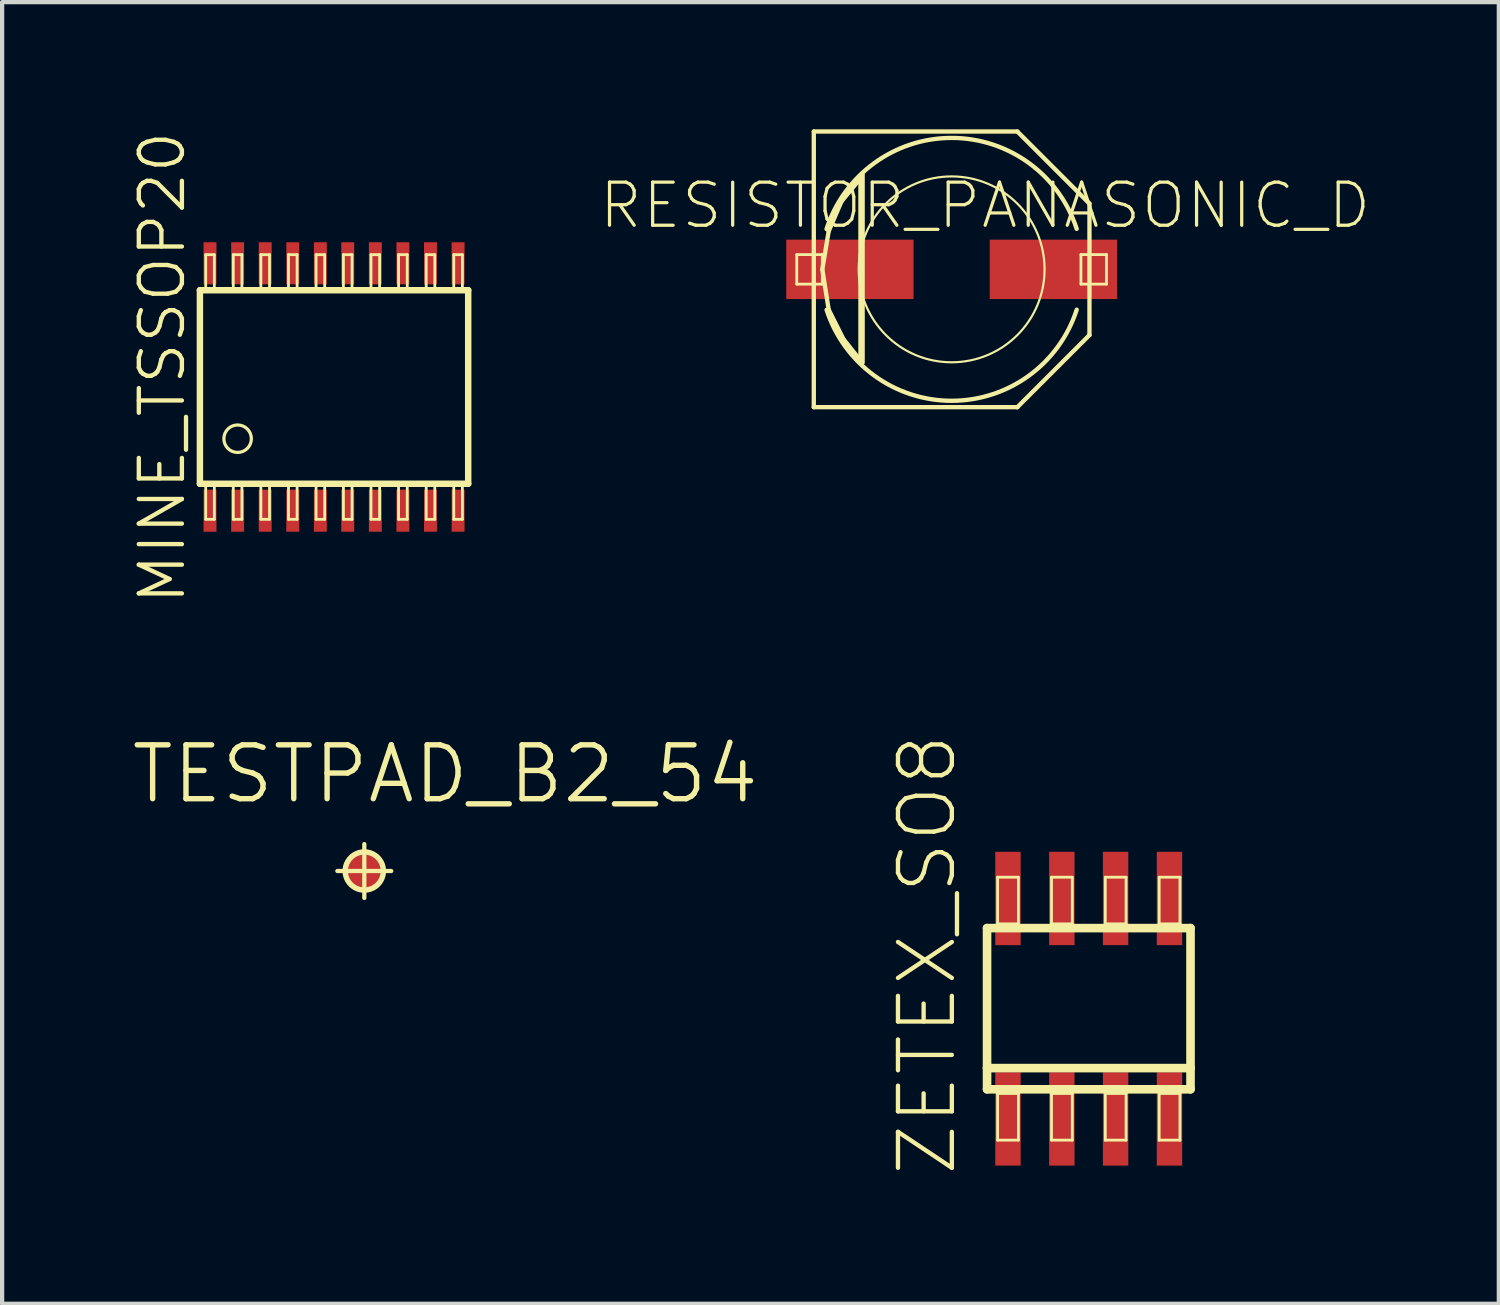
<source format=kicad_pcb>
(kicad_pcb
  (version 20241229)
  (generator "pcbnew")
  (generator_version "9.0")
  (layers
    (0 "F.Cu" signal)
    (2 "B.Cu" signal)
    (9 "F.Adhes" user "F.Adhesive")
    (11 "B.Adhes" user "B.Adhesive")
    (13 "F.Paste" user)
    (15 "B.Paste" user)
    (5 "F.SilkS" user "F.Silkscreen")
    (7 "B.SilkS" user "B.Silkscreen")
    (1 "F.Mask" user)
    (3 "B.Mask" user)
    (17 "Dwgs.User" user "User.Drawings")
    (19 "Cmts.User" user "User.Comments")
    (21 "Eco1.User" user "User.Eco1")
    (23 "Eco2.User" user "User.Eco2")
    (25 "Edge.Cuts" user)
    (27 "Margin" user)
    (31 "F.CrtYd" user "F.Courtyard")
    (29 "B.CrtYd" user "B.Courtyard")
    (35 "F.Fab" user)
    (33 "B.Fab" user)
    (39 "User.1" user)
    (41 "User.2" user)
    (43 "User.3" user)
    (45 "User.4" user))
  (footprint "RESISTOR_PANASONIC_D"
    (layer "F.Cu")
    (at 19.381 3.299)
    (property "Reference" "RESISTOR_PANASONIC_D" (at 0.79 -1.506 0) (layer "F.SilkS") (effects (font (size 1.016 1.016) (thickness 0.076))))
    (attr smd)
    (fp_line (start -3.65 -0.348) (end -3.048 -0.348) (stroke (width 0.066) (type solid)) (layer "F.SilkS"))
    (fp_line (start -3.65 0.348) (end -3.65 -0.348) (stroke (width 0.066) (type solid)) (layer "F.SilkS"))
    (fp_line (start -3.65 0.348) (end -3.048 0.348) (stroke (width 0.066) (type solid)) (layer "F.SilkS"))
    (fp_line (start -3.249 -3.249) (end 1.549 -3.249) (stroke (width 0.102) (type solid)) (layer "F.SilkS"))
    (fp_line (start -3.249 3.249) (end -3.249 -3.249) (stroke (width 0.102) (type solid)) (layer "F.SilkS"))
    (fp_line (start -3.048 0) (end -2.898 0.95) (stroke (width 0.102) (type solid)) (layer "F.SilkS"))
    (fp_line (start -3.048 0.348) (end -3.048 -0.348) (stroke (width 0.066) (type solid)) (layer "F.SilkS"))
    (fp_line (start -2.898 -0.899) (end -3.048 0) (stroke (width 0.102) (type solid)) (layer "F.SilkS"))
    (fp_line (start -2.898 0.95) (end -2.548 1.648) (stroke (width 0.102) (type solid)) (layer "F.SilkS"))
    (fp_line (start -2.598 -1.598) (end -2.898 -0.899) (stroke (width 0.102) (type solid)) (layer "F.SilkS"))
    (fp_line (start -2.548 1.648) (end -2.149 2.149) (stroke (width 0.102) (type solid)) (layer "F.SilkS"))
    (fp_line (start -2.149 -2.149) (end -2.598 -1.598) (stroke (width 0.102) (type solid)) (layer "F.SilkS"))
    (fp_line (start -2.149 -2.098) (end -2.149 -2.149) (stroke (width 0.102) (type solid)) (layer "F.SilkS"))
    (fp_line (start -2.149 2.149) (end -2.149 -2.098) (stroke (width 0.102) (type solid)) (layer "F.SilkS"))
    (fp_line (start -2.098 -2.248) (end -2.098 2.2) (stroke (width 0.102) (type solid)) (layer "F.SilkS"))
    (fp_line (start 1.549 -3.249) (end 3.249 -1.549) (stroke (width 0.102) (type solid)) (layer "F.SilkS"))
    (fp_line (start 1.549 3.249) (end -3.249 3.249) (stroke (width 0.102) (type solid)) (layer "F.SilkS"))
    (fp_line (start 3.048 -0.348) (end 3.65 -0.348) (stroke (width 0.066) (type solid)) (layer "F.SilkS"))
    (fp_line (start 3.048 0.348) (end 3.048 -0.348) (stroke (width 0.066) (type solid)) (layer "F.SilkS"))
    (fp_line (start 3.048 0.348) (end 3.65 0.348) (stroke (width 0.066) (type solid)) (layer "F.SilkS"))
    (fp_line (start 3.249 -1.549) (end 3.249 1.549) (stroke (width 0.102) (type solid)) (layer "F.SilkS"))
    (fp_line (start 3.249 1.549) (end 1.549 3.249) (stroke (width 0.102) (type solid)) (layer "F.SilkS"))
    (fp_line (start 3.65 0.348) (end 3.65 -0.348) (stroke (width 0.066) (type solid)) (layer "F.SilkS"))
    (fp_arc (start -2.94894 -0.94996) (mid -0.0024 -3.098171) (end 2.947465 -0.954527) (stroke (width 0.1016) (type solid)) (layer "F.SilkS"))
    (fp_arc (start 2.94894 0.94996) (mid 0.0024 3.098171) (end -2.947465 0.954527) (stroke (width 0.1016) (type solid)) (layer "F.SilkS"))
    (fp_circle (center 0 0) (end -1.549 1.549) (stroke (width 0.051) (type solid)) (fill no) (layer "F.SilkS"))
    (pad "+" smd rect (at 2.398 0) (size 3 1.4) (layers "F.Cu" "F.Mask" "F.Paste"))
    (pad "-" smd rect (at -2.398 0) (size 3 1.4) (layers "F.Cu" "F.Mask" "F.Paste")))
  (footprint "MINE_TSSOP20"
    (layer "F.Cu")
    (at 4.824 6.072)
    (property "Reference" "MINE_TSSOP20" (at -4.051 -0.457 90) (layer "F.SilkS") (effects (font (size 1.016 1.016) (thickness 0.102))))
    (attr smd)
    (fp_line (start -3.162 2.281) (end -3.162 -2.281) (stroke (width 0.152) (type solid)) (layer "F.SilkS"))
    (fp_line (start -3.162 2.281) (end 3.162 2.281) (stroke (width 0.152) (type solid)) (layer "F.SilkS"))
    (fp_line (start -3.025 -3.119) (end -2.822 -3.119) (stroke (width 0.066) (type solid)) (layer "F.SilkS"))
    (fp_line (start -3.025 -2.281) (end -3.025 -3.119) (stroke (width 0.066) (type solid)) (layer "F.SilkS"))
    (fp_line (start -3.025 -2.281) (end -2.822 -2.281) (stroke (width 0.066) (type solid)) (layer "F.SilkS"))
    (fp_line (start -3.025 2.281) (end -2.822 2.281) (stroke (width 0.066) (type solid)) (layer "F.SilkS"))
    (fp_line (start -3.025 3.119) (end -3.025 2.281) (stroke (width 0.066) (type solid)) (layer "F.SilkS"))
    (fp_line (start -3.025 3.119) (end -2.822 3.119) (stroke (width 0.066) (type solid)) (layer "F.SilkS"))
    (fp_line (start -2.822 -2.281) (end -2.822 -3.119) (stroke (width 0.066) (type solid)) (layer "F.SilkS"))
    (fp_line (start -2.822 3.119) (end -2.822 2.281) (stroke (width 0.066) (type solid)) (layer "F.SilkS"))
    (fp_line (start -2.375 -3.119) (end -2.172 -3.119) (stroke (width 0.066) (type solid)) (layer "F.SilkS"))
    (fp_line (start -2.375 -2.281) (end -2.375 -3.119) (stroke (width 0.066) (type solid)) (layer "F.SilkS"))
    (fp_line (start -2.375 -2.281) (end -2.172 -2.281) (stroke (width 0.066) (type solid)) (layer "F.SilkS"))
    (fp_line (start -2.375 2.281) (end -2.172 2.281) (stroke (width 0.066) (type solid)) (layer "F.SilkS"))
    (fp_line (start -2.375 3.119) (end -2.375 2.281) (stroke (width 0.066) (type solid)) (layer "F.SilkS"))
    (fp_line (start -2.375 3.119) (end -2.172 3.119) (stroke (width 0.066) (type solid)) (layer "F.SilkS"))
    (fp_line (start -2.172 -2.281) (end -2.172 -3.119) (stroke (width 0.066) (type solid)) (layer "F.SilkS"))
    (fp_line (start -2.172 3.119) (end -2.172 2.281) (stroke (width 0.066) (type solid)) (layer "F.SilkS"))
    (fp_line (start -1.725 -3.119) (end -1.521 -3.119) (stroke (width 0.066) (type solid)) (layer "F.SilkS"))
    (fp_line (start -1.725 -2.281) (end -1.725 -3.119) (stroke (width 0.066) (type solid)) (layer "F.SilkS"))
    (fp_line (start -1.725 -2.281) (end -1.521 -2.281) (stroke (width 0.066) (type solid)) (layer "F.SilkS"))
    (fp_line (start -1.725 2.281) (end -1.521 2.281) (stroke (width 0.066) (type solid)) (layer "F.SilkS"))
    (fp_line (start -1.725 3.119) (end -1.725 2.281) (stroke (width 0.066) (type solid)) (layer "F.SilkS"))
    (fp_line (start -1.725 3.119) (end -1.521 3.119) (stroke (width 0.066) (type solid)) (layer "F.SilkS"))
    (fp_line (start -1.521 -2.281) (end -1.521 -3.119) (stroke (width 0.066) (type solid)) (layer "F.SilkS"))
    (fp_line (start -1.521 3.119) (end -1.521 2.281) (stroke (width 0.066) (type solid)) (layer "F.SilkS"))
    (fp_line (start -1.074 -3.119) (end -0.871 -3.119) (stroke (width 0.066) (type solid)) (layer "F.SilkS"))
    (fp_line (start -1.074 -2.281) (end -1.074 -3.119) (stroke (width 0.066) (type solid)) (layer "F.SilkS"))
    (fp_line (start -1.074 -2.281) (end -0.871 -2.281) (stroke (width 0.066) (type solid)) (layer "F.SilkS"))
    (fp_line (start -1.074 2.281) (end -0.871 2.281) (stroke (width 0.066) (type solid)) (layer "F.SilkS"))
    (fp_line (start -1.074 3.119) (end -1.074 2.281) (stroke (width 0.066) (type solid)) (layer "F.SilkS"))
    (fp_line (start -1.074 3.119) (end -0.871 3.119) (stroke (width 0.066) (type solid)) (layer "F.SilkS"))
    (fp_line (start -0.871 -2.281) (end -0.871 -3.119) (stroke (width 0.066) (type solid)) (layer "F.SilkS"))
    (fp_line (start -0.871 3.119) (end -0.871 2.281) (stroke (width 0.066) (type solid)) (layer "F.SilkS"))
    (fp_line (start -0.424 -3.119) (end -0.221 -3.119) (stroke (width 0.066) (type solid)) (layer "F.SilkS"))
    (fp_line (start -0.424 -2.281) (end -0.424 -3.119) (stroke (width 0.066) (type solid)) (layer "F.SilkS"))
    (fp_line (start -0.424 -2.281) (end -0.221 -2.281) (stroke (width 0.066) (type solid)) (layer "F.SilkS"))
    (fp_line (start -0.424 2.281) (end -0.221 2.281) (stroke (width 0.066) (type solid)) (layer "F.SilkS"))
    (fp_line (start -0.424 3.119) (end -0.424 2.281) (stroke (width 0.066) (type solid)) (layer "F.SilkS"))
    (fp_line (start -0.424 3.119) (end -0.221 3.119) (stroke (width 0.066) (type solid)) (layer "F.SilkS"))
    (fp_line (start -0.221 -2.281) (end -0.221 -3.119) (stroke (width 0.066) (type solid)) (layer "F.SilkS"))
    (fp_line (start -0.221 3.119) (end -0.221 2.281) (stroke (width 0.066) (type solid)) (layer "F.SilkS"))
    (fp_line (start 0.221 -3.119) (end 0.424 -3.119) (stroke (width 0.066) (type solid)) (layer "F.SilkS"))
    (fp_line (start 0.221 -2.281) (end 0.221 -3.119) (stroke (width 0.066) (type solid)) (layer "F.SilkS"))
    (fp_line (start 0.221 -2.281) (end 0.424 -2.281) (stroke (width 0.066) (type solid)) (layer "F.SilkS"))
    (fp_line (start 0.221 2.281) (end 0.424 2.281) (stroke (width 0.066) (type solid)) (layer "F.SilkS"))
    (fp_line (start 0.221 3.119) (end 0.221 2.281) (stroke (width 0.066) (type solid)) (layer "F.SilkS"))
    (fp_line (start 0.221 3.119) (end 0.424 3.119) (stroke (width 0.066) (type solid)) (layer "F.SilkS"))
    (fp_line (start 0.424 -2.281) (end 0.424 -3.119) (stroke (width 0.066) (type solid)) (layer "F.SilkS"))
    (fp_line (start 0.424 3.119) (end 0.424 2.281) (stroke (width 0.066) (type solid)) (layer "F.SilkS"))
    (fp_line (start 0.871 -3.119) (end 1.074 -3.119) (stroke (width 0.066) (type solid)) (layer "F.SilkS"))
    (fp_line (start 0.871 -2.281) (end 0.871 -3.119) (stroke (width 0.066) (type solid)) (layer "F.SilkS"))
    (fp_line (start 0.871 -2.281) (end 1.074 -2.281) (stroke (width 0.066) (type solid)) (layer "F.SilkS"))
    (fp_line (start 0.871 2.281) (end 1.074 2.281) (stroke (width 0.066) (type solid)) (layer "F.SilkS"))
    (fp_line (start 0.871 3.119) (end 0.871 2.281) (stroke (width 0.066) (type solid)) (layer "F.SilkS"))
    (fp_line (start 0.871 3.119) (end 1.074 3.119) (stroke (width 0.066) (type solid)) (layer "F.SilkS"))
    (fp_line (start 1.074 -2.281) (end 1.074 -3.119) (stroke (width 0.066) (type solid)) (layer "F.SilkS"))
    (fp_line (start 1.074 3.119) (end 1.074 2.281) (stroke (width 0.066) (type solid)) (layer "F.SilkS"))
    (fp_line (start 1.521 -3.119) (end 1.725 -3.119) (stroke (width 0.066) (type solid)) (layer "F.SilkS"))
    (fp_line (start 1.521 -2.281) (end 1.521 -3.119) (stroke (width 0.066) (type solid)) (layer "F.SilkS"))
    (fp_line (start 1.521 -2.281) (end 1.725 -2.281) (stroke (width 0.066) (type solid)) (layer "F.SilkS"))
    (fp_line (start 1.521 2.281) (end 1.725 2.281) (stroke (width 0.066) (type solid)) (layer "F.SilkS"))
    (fp_line (start 1.521 3.119) (end 1.521 2.281) (stroke (width 0.066) (type solid)) (layer "F.SilkS"))
    (fp_line (start 1.521 3.119) (end 1.725 3.119) (stroke (width 0.066) (type solid)) (layer "F.SilkS"))
    (fp_line (start 1.725 -2.281) (end 1.725 -3.119) (stroke (width 0.066) (type solid)) (layer "F.SilkS"))
    (fp_line (start 1.725 3.119) (end 1.725 2.281) (stroke (width 0.066) (type solid)) (layer "F.SilkS"))
    (fp_line (start 2.172 -3.119) (end 2.375 -3.119) (stroke (width 0.066) (type solid)) (layer "F.SilkS"))
    (fp_line (start 2.172 -2.281) (end 2.172 -3.119) (stroke (width 0.066) (type solid)) (layer "F.SilkS"))
    (fp_line (start 2.172 -2.281) (end 2.375 -2.281) (stroke (width 0.066) (type solid)) (layer "F.SilkS"))
    (fp_line (start 2.172 2.281) (end 2.375 2.281) (stroke (width 0.066) (type solid)) (layer "F.SilkS"))
    (fp_line (start 2.172 3.119) (end 2.172 2.281) (stroke (width 0.066) (type solid)) (layer "F.SilkS"))
    (fp_line (start 2.172 3.119) (end 2.375 3.119) (stroke (width 0.066) (type solid)) (layer "F.SilkS"))
    (fp_line (start 2.375 -2.281) (end 2.375 -3.119) (stroke (width 0.066) (type solid)) (layer "F.SilkS"))
    (fp_line (start 2.375 3.119) (end 2.375 2.281) (stroke (width 0.066) (type solid)) (layer "F.SilkS"))
    (fp_line (start 2.822 -3.119) (end 3.025 -3.119) (stroke (width 0.066) (type solid)) (layer "F.SilkS"))
    (fp_line (start 2.822 -2.281) (end 2.822 -3.119) (stroke (width 0.066) (type solid)) (layer "F.SilkS"))
    (fp_line (start 2.822 -2.281) (end 3.025 -2.281) (stroke (width 0.066) (type solid)) (layer "F.SilkS"))
    (fp_line (start 2.822 2.281) (end 3.025 2.281) (stroke (width 0.066) (type solid)) (layer "F.SilkS"))
    (fp_line (start 2.822 3.119) (end 2.822 2.281) (stroke (width 0.066) (type solid)) (layer "F.SilkS"))
    (fp_line (start 2.822 3.119) (end 3.025 3.119) (stroke (width 0.066) (type solid)) (layer "F.SilkS"))
    (fp_line (start 3.025 -2.281) (end 3.025 -3.119) (stroke (width 0.066) (type solid)) (layer "F.SilkS"))
    (fp_line (start 3.025 3.119) (end 3.025 2.281) (stroke (width 0.066) (type solid)) (layer "F.SilkS"))
    (fp_line (start 3.162 -2.281) (end -3.162 -2.281) (stroke (width 0.152) (type solid)) (layer "F.SilkS"))
    (fp_line (start 3.162 -2.281) (end 3.162 2.281) (stroke (width 0.152) (type solid)) (layer "F.SilkS"))
    (fp_circle (center -2.273 1.219) (end -2.502 1.448) (stroke (width 0.076) (type solid)) (fill no) (layer "F.SilkS"))
    (pad "1" smd rect (at -2.924 2.916) (size 0.305 0.991) (layers "F.Cu" "F.Mask" "F.Paste"))
    (pad "2" smd rect (at -2.273 2.916) (size 0.305 0.991) (layers "F.Cu" "F.Mask" "F.Paste"))
    (pad "3" smd rect (at -1.623 2.916) (size 0.305 0.991) (layers "F.Cu" "F.Mask" "F.Paste"))
    (pad "4" smd rect (at -0.973 2.916) (size 0.305 0.991) (layers "F.Cu" "F.Mask" "F.Paste"))
    (pad "5" smd rect (at -0.323 2.916) (size 0.305 0.991) (layers "F.Cu" "F.Mask" "F.Paste"))
    (pad "6" smd rect (at 0.323 2.916) (size 0.305 0.991) (layers "F.Cu" "F.Mask" "F.Paste"))
    (pad "7" smd rect (at 0.973 2.916) (size 0.305 0.991) (layers "F.Cu" "F.Mask" "F.Paste"))
    (pad "8" smd rect (at 1.623 2.916) (size 0.305 0.991) (layers "F.Cu" "F.Mask" "F.Paste"))
    (pad "9" smd rect (at 2.273 2.916) (size 0.305 0.991) (layers "F.Cu" "F.Mask" "F.Paste"))
    (pad "10" smd rect (at 2.924 2.916) (size 0.305 0.991) (layers "F.Cu" "F.Mask" "F.Paste"))
    (pad "11" smd rect (at 2.924 -2.916) (size 0.305 0.991) (layers "F.Cu" "F.Mask" "F.Paste"))
    (pad "12" smd rect (at 2.273 -2.916) (size 0.305 0.991) (layers "F.Cu" "F.Mask" "F.Paste"))
    (pad "13" smd rect (at 1.623 -2.916) (size 0.305 0.991) (layers "F.Cu" "F.Mask" "F.Paste"))
    (pad "14" smd rect (at 0.973 -2.916) (size 0.305 0.991) (layers "F.Cu" "F.Mask" "F.Paste"))
    (pad "15" smd rect (at 0.323 -2.916) (size 0.305 0.991) (layers "F.Cu" "F.Mask" "F.Paste"))
    (pad "16" smd rect (at -0.323 -2.916) (size 0.305 0.991) (layers "F.Cu" "F.Mask" "F.Paste"))
    (pad "17" smd rect (at -0.973 -2.916) (size 0.305 0.991) (layers "F.Cu" "F.Mask" "F.Paste"))
    (pad "18" smd rect (at -1.623 -2.916) (size 0.305 0.991) (layers "F.Cu" "F.Mask" "F.Paste"))
    (pad "19" smd rect (at -2.273 -2.916) (size 0.305 0.991) (layers "F.Cu" "F.Mask" "F.Paste"))
    (pad "20" smd rect (at -2.924 -2.916) (size 0.305 0.991) (layers "F.Cu" "F.Mask" "F.Paste")))
  (footprint "TESTPAD_B2_54"
    (layer "F.Cu")
    (at 5.537 17.481)
    (property "Reference" "TESTPAD_B2_54" (at 1.905 -2.286 0) (layer "F.SilkS") (effects (font (size 1.27 1.27) (thickness 0.127))))
    (attr smd)
    (fp_line (start -0.635 0) (end 0.635 0) (stroke (width 0.1) (type solid)) (layer "F.SilkS"))
    (fp_line (start 0 0.635) (end 0 -0.635) (stroke (width 0.1) (type solid)) (layer "F.SilkS"))
    (fp_circle (center 0 0) (end -0.318 0.318) (stroke (width 0.127) (type solid)) (fill no) (layer "F.SilkS"))
    (pad "TP" smd circle (at 0 0) (size 1 1) (layers "F.Cu" "F.Mask" "F.Paste")))
  (footprint "ZETEX_SO8"
    (layer "F.Cu")
    (at 22.614 20.726)
    (property "Reference" "ZETEX_SO8" (at -3.81 -1.27 90) (layer "F.SilkS") (effects (font (size 1.27 1.27) (thickness 0.102))))
    (attr smd)
    (fp_line (start -2.398 -1.9) (end 2.398 -1.9) (stroke (width 0.203) (type solid)) (layer "F.SilkS"))
    (fp_line (start -2.398 1.4) (end -2.398 -1.9) (stroke (width 0.203) (type solid)) (layer "F.SilkS"))
    (fp_line (start -2.398 1.9) (end -2.398 1.4) (stroke (width 0.203) (type solid)) (layer "F.SilkS"))
    (fp_line (start -2.149 -3.099) (end -1.659 -3.099) (stroke (width 0.066) (type solid)) (layer "F.SilkS"))
    (fp_line (start -2.149 -1.999) (end -2.149 -3.099) (stroke (width 0.066) (type solid)) (layer "F.SilkS"))
    (fp_line (start -2.149 -1.999) (end -1.659 -1.999) (stroke (width 0.066) (type solid)) (layer "F.SilkS"))
    (fp_line (start -2.149 1.999) (end -1.659 1.999) (stroke (width 0.066) (type solid)) (layer "F.SilkS"))
    (fp_line (start -2.149 3.099) (end -2.149 1.999) (stroke (width 0.066) (type solid)) (layer "F.SilkS"))
    (fp_line (start -2.149 3.099) (end -1.659 3.099) (stroke (width 0.066) (type solid)) (layer "F.SilkS"))
    (fp_line (start -1.659 -1.999) (end -1.659 -3.099) (stroke (width 0.066) (type solid)) (layer "F.SilkS"))
    (fp_line (start -1.659 3.099) (end -1.659 1.999) (stroke (width 0.066) (type solid)) (layer "F.SilkS"))
    (fp_line (start -0.879 -3.099) (end -0.389 -3.099) (stroke (width 0.066) (type solid)) (layer "F.SilkS"))
    (fp_line (start -0.879 -1.999) (end -0.879 -3.099) (stroke (width 0.066) (type solid)) (layer "F.SilkS"))
    (fp_line (start -0.879 -1.999) (end -0.389 -1.999) (stroke (width 0.066) (type solid)) (layer "F.SilkS"))
    (fp_line (start -0.879 1.999) (end -0.389 1.999) (stroke (width 0.066) (type solid)) (layer "F.SilkS"))
    (fp_line (start -0.879 3.099) (end -0.879 1.999) (stroke (width 0.066) (type solid)) (layer "F.SilkS"))
    (fp_line (start -0.879 3.099) (end -0.389 3.099) (stroke (width 0.066) (type solid)) (layer "F.SilkS"))
    (fp_line (start -0.389 -1.999) (end -0.389 -3.099) (stroke (width 0.066) (type solid)) (layer "F.SilkS"))
    (fp_line (start -0.389 3.099) (end -0.389 1.999) (stroke (width 0.066) (type solid)) (layer "F.SilkS"))
    (fp_line (start 0.389 -3.099) (end 0.879 -3.099) (stroke (width 0.066) (type solid)) (layer "F.SilkS"))
    (fp_line (start 0.389 -1.999) (end 0.389 -3.099) (stroke (width 0.066) (type solid)) (layer "F.SilkS"))
    (fp_line (start 0.389 -1.999) (end 0.879 -1.999) (stroke (width 0.066) (type solid)) (layer "F.SilkS"))
    (fp_line (start 0.389 1.999) (end 0.879 1.999) (stroke (width 0.066) (type solid)) (layer "F.SilkS"))
    (fp_line (start 0.389 3.099) (end 0.389 1.999) (stroke (width 0.066) (type solid)) (layer "F.SilkS"))
    (fp_line (start 0.389 3.099) (end 0.879 3.099) (stroke (width 0.066) (type solid)) (layer "F.SilkS"))
    (fp_line (start 0.879 -1.999) (end 0.879 -3.099) (stroke (width 0.066) (type solid)) (layer "F.SilkS"))
    (fp_line (start 0.879 3.099) (end 0.879 1.999) (stroke (width 0.066) (type solid)) (layer "F.SilkS"))
    (fp_line (start 1.659 -3.099) (end 2.149 -3.099) (stroke (width 0.066) (type solid)) (layer "F.SilkS"))
    (fp_line (start 1.659 -1.999) (end 1.659 -3.099) (stroke (width 0.066) (type solid)) (layer "F.SilkS"))
    (fp_line (start 1.659 -1.999) (end 2.149 -1.999) (stroke (width 0.066) (type solid)) (layer "F.SilkS"))
    (fp_line (start 1.659 1.999) (end 2.149 1.999) (stroke (width 0.066) (type solid)) (layer "F.SilkS"))
    (fp_line (start 1.659 3.099) (end 1.659 1.999) (stroke (width 0.066) (type solid)) (layer "F.SilkS"))
    (fp_line (start 1.659 3.099) (end 2.149 3.099) (stroke (width 0.066) (type solid)) (layer "F.SilkS"))
    (fp_line (start 2.149 -1.999) (end 2.149 -3.099) (stroke (width 0.066) (type solid)) (layer "F.SilkS"))
    (fp_line (start 2.149 3.099) (end 2.149 1.999) (stroke (width 0.066) (type solid)) (layer "F.SilkS"))
    (fp_line (start 2.398 -1.9) (end 2.398 1.4) (stroke (width 0.203) (type solid)) (layer "F.SilkS"))
    (fp_line (start 2.398 1.4) (end -2.398 1.4) (stroke (width 0.203) (type solid)) (layer "F.SilkS"))
    (fp_line (start 2.398 1.4) (end 2.398 1.9) (stroke (width 0.203) (type solid)) (layer "F.SilkS"))
    (fp_line (start 2.398 1.9) (end -2.398 1.9) (stroke (width 0.203) (type solid)) (layer "F.SilkS"))
    (pad "1" smd rect (at -1.905 2.598) (size 0.599 2.2) (layers "F.Cu" "F.Mask" "F.Paste"))
    (pad "2" smd rect (at -0.635 2.598) (size 0.599 2.2) (layers "F.Cu" "F.Mask" "F.Paste"))
    (pad "3" smd rect (at 0.632 2.598) (size 0.599 2.2) (layers "F.Cu" "F.Mask" "F.Paste"))
    (pad "4" smd rect (at 1.902 2.598) (size 0.599 2.2) (layers "F.Cu" "F.Mask" "F.Paste"))
    (pad "5" smd rect (at 1.902 -2.598) (size 0.599 2.2) (layers "F.Cu" "F.Mask" "F.Paste"))
    (pad "6" smd rect (at 0.632 -2.598) (size 0.599 2.2) (layers "F.Cu" "F.Mask" "F.Paste"))
    (pad "7" smd rect (at -0.635 -2.598) (size 0.599 2.2) (layers "F.Cu" "F.Mask" "F.Paste"))
    (pad "8" smd rect (at -1.905 -2.598) (size 0.599 2.2) (layers "F.Cu" "F.Mask" "F.Paste")))
  (gr_rect
    (start -3 -3)
    (end 32.279 27.682)
    (stroke (width 0.1) (type default))
    (fill no)
    (layer "Edge.Cuts")))
</source>
